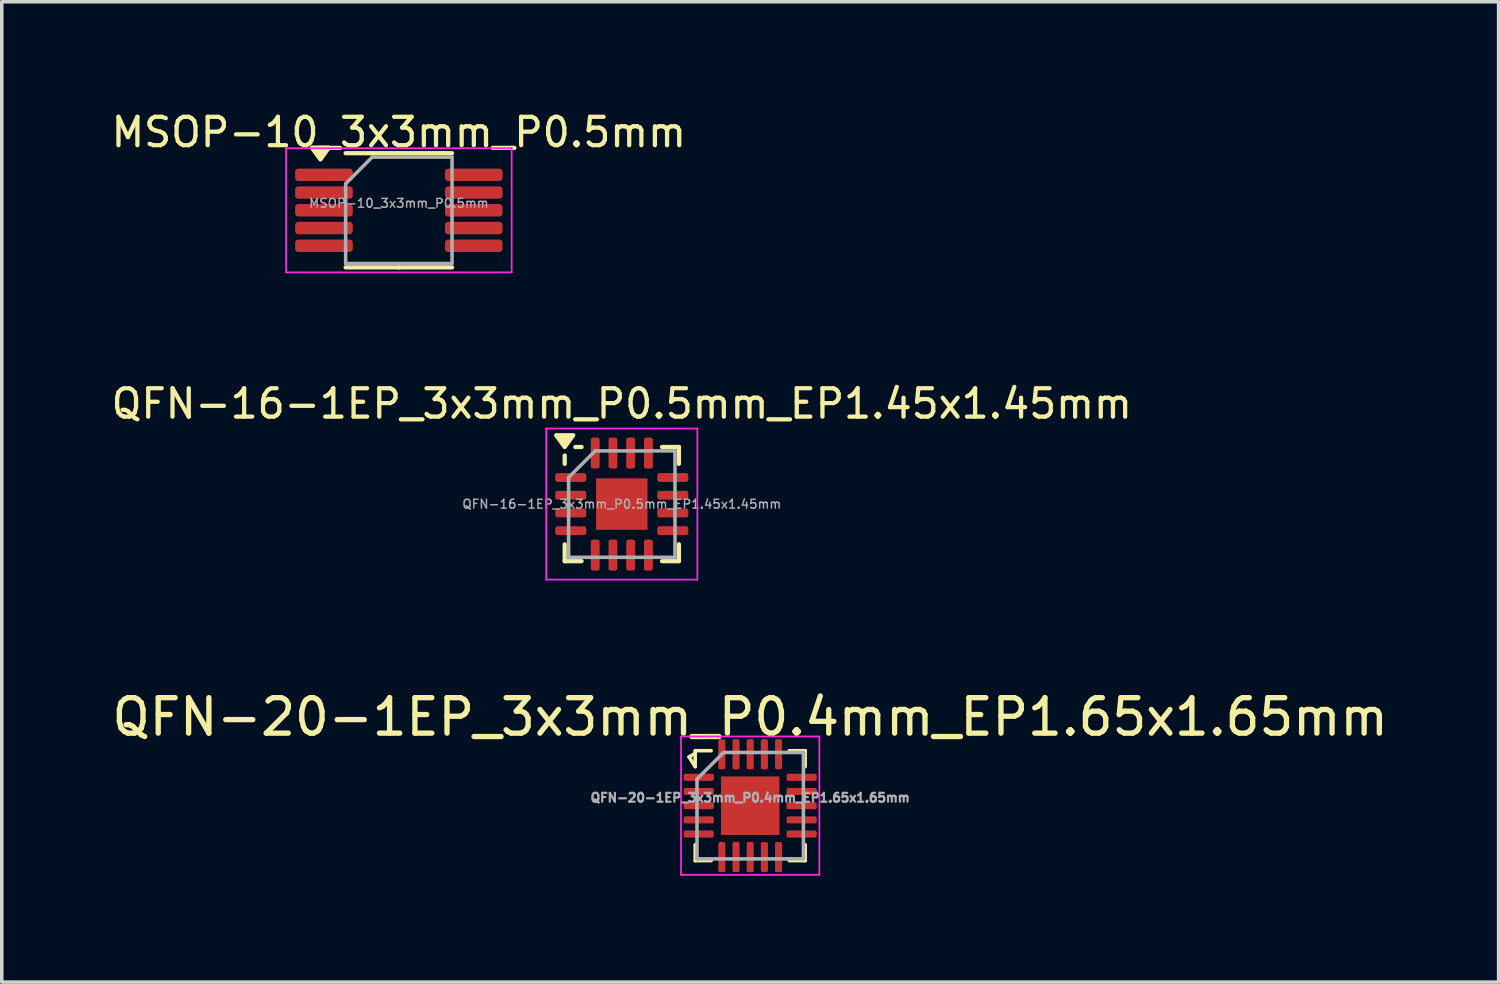
<source format=kicad_pcb>
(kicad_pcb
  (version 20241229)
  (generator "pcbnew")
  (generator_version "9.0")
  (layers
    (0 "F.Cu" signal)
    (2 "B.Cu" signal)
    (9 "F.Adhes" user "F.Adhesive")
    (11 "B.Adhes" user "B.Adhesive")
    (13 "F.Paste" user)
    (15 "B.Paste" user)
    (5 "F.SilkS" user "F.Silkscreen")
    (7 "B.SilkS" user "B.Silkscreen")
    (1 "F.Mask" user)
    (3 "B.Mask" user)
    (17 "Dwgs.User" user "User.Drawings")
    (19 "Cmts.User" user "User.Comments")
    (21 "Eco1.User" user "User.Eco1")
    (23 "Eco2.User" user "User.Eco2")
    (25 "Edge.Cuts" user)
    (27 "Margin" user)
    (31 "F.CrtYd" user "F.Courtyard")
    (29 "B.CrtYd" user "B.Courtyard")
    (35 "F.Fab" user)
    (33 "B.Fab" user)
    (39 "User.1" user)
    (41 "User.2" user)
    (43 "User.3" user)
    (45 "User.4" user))
  (footprint "QFN-20-1EP_3x3mm_P0.4mm_EP1.65x1.65mm"
    (layer "F.Cu")
    (at 18.101 19.665)
    (property "Reference" "QFN-20-1EP_3x3mm_P0.4mm_EP1.65x1.65mm" (at 0 -2.5 0) (layer "F.SilkS") (effects (font (size 1 1) (thickness 0.15))))
    (attr smd)
    (fp_line (start -1.725 -1.375) (end -1.55 -1.475) (stroke (width 0.1) (type solid)) (layer "F.SilkS"))
    (fp_line (start -1.55 -1.55) (end -1.1 -1.55) (stroke (width 0.1) (type solid)) (layer "F.SilkS"))
    (fp_line (start -1.55 -1.1) (end -1.725 -1.375) (stroke (width 0.1) (type solid)) (layer "F.SilkS"))
    (fp_line (start -1.55 -1.1) (end -1.55 -1.55) (stroke (width 0.1) (type solid)) (layer "F.SilkS"))
    (fp_line (start -1.55 1.55) (end -1.55 1.1) (stroke (width 0.1) (type solid)) (layer "F.SilkS"))
    (fp_line (start -1.1 1.55) (end -1.55 1.55) (stroke (width 0.1) (type solid)) (layer "F.SilkS"))
    (fp_line (start 1.1 -1.55) (end 1.55 -1.55) (stroke (width 0.1) (type solid)) (layer "F.SilkS"))
    (fp_line (start 1.1 1.55) (end 1.55 1.55) (stroke (width 0.1) (type solid)) (layer "F.SilkS"))
    (fp_line (start 1.55 -1.55) (end 1.55 -1.1) (stroke (width 0.1) (type solid)) (layer "F.SilkS"))
    (fp_line (start 1.55 1.55) (end 1.55 1.1) (stroke (width 0.1) (type solid)) (layer "F.SilkS"))
    (fp_line (start -1.95 -1.95) (end -1.95 1.95) (stroke (width 0.05) (type solid)) (layer "F.CrtYd"))
    (fp_line (start -1.95 1.95) (end 1.95 1.95) (stroke (width 0.05) (type solid)) (layer "F.CrtYd"))
    (fp_line (start 1.95 -1.95) (end -1.95 -1.95) (stroke (width 0.05) (type solid)) (layer "F.CrtYd"))
    (fp_line (start 1.95 1.95) (end 1.95 -1.95) (stroke (width 0.05) (type solid)) (layer "F.CrtYd"))
    (fp_line (start -1.5 -0.75) (end -0.75 -1.5) (stroke (width 0.1) (type solid)) (layer "F.Fab"))
    (fp_line (start -1.5 1.5) (end -1.5 -0.75) (stroke (width 0.1) (type solid)) (layer "F.Fab"))
    (fp_line (start -0.75 -1.5) (end 1.5 -1.5) (stroke (width 0.1) (type solid)) (layer "F.Fab"))
    (fp_line (start 1.5 -1.5) (end 1.5 1.5) (stroke (width 0.1) (type solid)) (layer "F.Fab"))
    (fp_line (start 1.5 1.5) (end -1.5 1.5) (stroke (width 0.1) (type solid)) (layer "F.Fab"))
    (fp_text user "${REFERENCE}" (at 0 -0.225 0) (layer "F.Fab") (effects (font (size 0.25 0.25) (thickness 0.062))))
    (pad "" smd roundrect (at -0.41 -0.41) (size 0.67 0.67) (layers "F.Paste") (roundrect_rratio 0.25))
    (pad "" smd roundrect (at -0.41 0.41) (size 0.67 0.67) (layers "F.Paste") (roundrect_rratio 0.25))
    (pad "" smd roundrect (at 0.41 -0.41) (size 0.67 0.67) (layers "F.Paste") (roundrect_rratio 0.25))
    (pad "" smd roundrect (at 0.41 0.41) (size 0.67 0.67) (layers "F.Paste") (roundrect_rratio 0.25))
    (pad "1" smd roundrect (at -1.45 -0.8) (size 0.85 0.2) (layers "F.Cu" "F.Mask" "F.Paste") (roundrect_rratio 0.25))
    (pad "2" smd roundrect (at -1.45 -0.4) (size 0.85 0.2) (layers "F.Cu" "F.Mask" "F.Paste") (roundrect_rratio 0.25))
    (pad "3" smd roundrect (at -1.45 0) (size 0.85 0.2) (layers "F.Cu" "F.Mask" "F.Paste") (roundrect_rratio 0.25))
    (pad "4" smd roundrect (at -1.45 0.4) (size 0.85 0.2) (layers "F.Cu" "F.Mask" "F.Paste") (roundrect_rratio 0.25))
    (pad "5" smd roundrect (at -1.45 0.8) (size 0.85 0.2) (layers "F.Cu" "F.Mask" "F.Paste") (roundrect_rratio 0.25))
    (pad "6" smd roundrect (at -0.8 1.45) (size 0.2 0.85) (layers "F.Cu" "F.Mask" "F.Paste") (roundrect_rratio 0.25))
    (pad "7" smd roundrect (at -0.4 1.45) (size 0.2 0.85) (layers "F.Cu" "F.Mask" "F.Paste") (roundrect_rratio 0.25))
    (pad "8" smd roundrect (at 0 1.45) (size 0.2 0.85) (layers "F.Cu" "F.Mask" "F.Paste") (roundrect_rratio 0.25))
    (pad "9" smd roundrect (at 0.4 1.45) (size 0.2 0.85) (layers "F.Cu" "F.Mask" "F.Paste") (roundrect_rratio 0.25))
    (pad "10" smd roundrect (at 0.8 1.45) (size 0.2 0.85) (layers "F.Cu" "F.Mask" "F.Paste") (roundrect_rratio 0.25))
    (pad "11" smd roundrect (at 1.45 0.8) (size 0.85 0.2) (layers "F.Cu" "F.Mask" "F.Paste") (roundrect_rratio 0.25))
    (pad "12" smd roundrect (at 1.45 0.4) (size 0.85 0.2) (layers "F.Cu" "F.Mask" "F.Paste") (roundrect_rratio 0.25))
    (pad "13" smd roundrect (at 1.45 0) (size 0.85 0.2) (layers "F.Cu" "F.Mask" "F.Paste") (roundrect_rratio 0.25))
    (pad "14" smd roundrect (at 1.45 -0.4) (size 0.85 0.2) (layers "F.Cu" "F.Mask" "F.Paste") (roundrect_rratio 0.25))
    (pad "15" smd roundrect (at 1.45 -0.8) (size 0.85 0.2) (layers "F.Cu" "F.Mask" "F.Paste") (roundrect_rratio 0.25))
    (pad "16" smd roundrect (at 0.8 -1.45) (size 0.2 0.85) (layers "F.Cu" "F.Mask" "F.Paste") (roundrect_rratio 0.25))
    (pad "17" smd roundrect (at 0.4 -1.45) (size 0.2 0.85) (layers "F.Cu" "F.Mask" "F.Paste") (roundrect_rratio 0.25))
    (pad "18" smd roundrect (at 0 -1.45) (size 0.2 0.85) (layers "F.Cu" "F.Mask" "F.Paste") (roundrect_rratio 0.25))
    (pad "19" smd roundrect (at -0.4 -1.45) (size 0.2 0.85) (layers "F.Cu" "F.Mask" "F.Paste") (roundrect_rratio 0.25))
    (pad "20" smd roundrect (at -0.8 -1.45) (size 0.2 0.85) (layers "F.Cu" "F.Mask" "F.Paste") (roundrect_rratio 0.25))
    (pad "21" smd rect (at 0 0) (size 1.65 1.65) (layers "F.Cu" "F.Mask")))
  (footprint "MSOP-10_3x3mm_P0.5mm"
    (layer "F.Cu")
    (at 8.195 2.879)
    (property "Reference" "MSOP-10_3x3mm_P0.5mm" (at 0 -2.2 0) (layer "F.SilkS") (effects (font (size 0.8 0.8) (thickness 0.12))))
    (attr smd)
    (fp_line (start 0 -1.61) (end -1.5 -1.61) (stroke (width 0.12) (type solid)) (layer "F.SilkS"))
    (fp_line (start 0 -1.61) (end 1.5 -1.61) (stroke (width 0.12) (type solid)) (layer "F.SilkS"))
    (fp_line (start 0 1.61) (end -1.5 1.61) (stroke (width 0.12) (type solid)) (layer "F.SilkS"))
    (fp_line (start 0 1.61) (end 1.5 1.61) (stroke (width 0.12) (type solid)) (layer "F.SilkS"))
    (fp_poly (pts (xy -2.212 -1.435) (xy -2.453 -1.765) (xy -1.972 -1.765) (xy -2.212 -1.435)) (stroke (width 0.12) (type solid)) (fill yes) (layer "F.SilkS"))
    (fp_line (start -3.18 -1.75) (end -3.18 1.75) (stroke (width 0.05) (type solid)) (layer "F.CrtYd"))
    (fp_line (start -3.18 1.75) (end 3.18 1.75) (stroke (width 0.05) (type solid)) (layer "F.CrtYd"))
    (fp_line (start 3.18 -1.75) (end -3.18 -1.75) (stroke (width 0.05) (type solid)) (layer "F.CrtYd"))
    (fp_line (start 3.18 1.75) (end 3.18 -1.75) (stroke (width 0.05) (type solid)) (layer "F.CrtYd"))
    (fp_line (start -1.5 -0.75) (end -0.75 -1.5) (stroke (width 0.1) (type solid)) (layer "F.Fab"))
    (fp_line (start -1.5 1.5) (end -1.5 -0.75) (stroke (width 0.1) (type solid)) (layer "F.Fab"))
    (fp_line (start -0.75 -1.5) (end 1.5 -1.5) (stroke (width 0.1) (type solid)) (layer "F.Fab"))
    (fp_line (start 1.5 -1.5) (end 1.5 1.5) (stroke (width 0.1) (type solid)) (layer "F.Fab"))
    (fp_line (start 1.5 1.5) (end -1.5 1.5) (stroke (width 0.1) (type solid)) (layer "F.Fab"))
    (fp_text user "${REFERENCE}" (at 0 -0.2 0) (layer "F.Fab") (effects (font (size 0.25 0.25) (thickness 0.04))))
    (pad "1" smd roundrect (at -2.112 -1) (size 1.625 0.35) (layers "F.Cu" "F.Mask" "F.Paste") (roundrect_rratio 0.25))
    (pad "2" smd roundrect (at -2.112 -0.5) (size 1.625 0.35) (layers "F.Cu" "F.Mask" "F.Paste") (roundrect_rratio 0.25))
    (pad "3" smd roundrect (at -2.112 0) (size 1.625 0.35) (layers "F.Cu" "F.Mask" "F.Paste") (roundrect_rratio 0.25))
    (pad "4" smd roundrect (at -2.112 0.5) (size 1.625 0.35) (layers "F.Cu" "F.Mask" "F.Paste") (roundrect_rratio 0.25))
    (pad "5" smd roundrect (at -2.112 1) (size 1.625 0.35) (layers "F.Cu" "F.Mask" "F.Paste") (roundrect_rratio 0.25))
    (pad "6" smd roundrect (at 2.112 1) (size 1.625 0.35) (layers "F.Cu" "F.Mask" "F.Paste") (roundrect_rratio 0.25))
    (pad "7" smd roundrect (at 2.112 0.5) (size 1.625 0.35) (layers "F.Cu" "F.Mask" "F.Paste") (roundrect_rratio 0.25))
    (pad "8" smd roundrect (at 2.112 0) (size 1.625 0.35) (layers "F.Cu" "F.Mask" "F.Paste") (roundrect_rratio 0.25))
    (pad "9" smd roundrect (at 2.112 -0.5) (size 1.625 0.35) (layers "F.Cu" "F.Mask" "F.Paste") (roundrect_rratio 0.25))
    (pad "10" smd roundrect (at 2.112 -1) (size 1.625 0.35) (layers "F.Cu" "F.Mask" "F.Paste") (roundrect_rratio 0.25)))
  (footprint "QFN-16-1EP_3x3mm_P0.5mm_EP1.45x1.45mm"
    (layer "F.Cu")
    (at 14.481 11.162)
    (property "Reference" "QFN-16-1EP_3x3mm_P0.5mm_EP1.45x1.45mm" (at 0 -2.83 0) (layer "F.SilkS") (effects (font (size 0.8 0.8) (thickness 0.12))))
    (attr smd)
    (fp_line (start -1.61 -1.135) (end -1.61 -1.37) (stroke (width 0.12) (type solid)) (layer "F.SilkS"))
    (fp_line (start -1.61 1.61) (end -1.61 1.135) (stroke (width 0.12) (type solid)) (layer "F.SilkS"))
    (fp_line (start -1.135 -1.61) (end -1.31 -1.61) (stroke (width 0.12) (type solid)) (layer "F.SilkS"))
    (fp_line (start -1.135 1.61) (end -1.61 1.61) (stroke (width 0.12) (type solid)) (layer "F.SilkS"))
    (fp_line (start 1.135 -1.61) (end 1.61 -1.61) (stroke (width 0.12) (type solid)) (layer "F.SilkS"))
    (fp_line (start 1.135 1.61) (end 1.61 1.61) (stroke (width 0.12) (type solid)) (layer "F.SilkS"))
    (fp_line (start 1.61 -1.61) (end 1.61 -1.135) (stroke (width 0.12) (type solid)) (layer "F.SilkS"))
    (fp_line (start 1.61 1.61) (end 1.61 1.135) (stroke (width 0.12) (type solid)) (layer "F.SilkS"))
    (fp_poly (pts (xy -1.61 -1.61) (xy -1.85 -1.94) (xy -1.37 -1.94) (xy -1.61 -1.61)) (stroke (width 0.12) (type solid)) (fill yes) (layer "F.SilkS"))
    (fp_line (start -2.13 -2.13) (end -2.13 2.13) (stroke (width 0.05) (type solid)) (layer "F.CrtYd"))
    (fp_line (start -2.13 2.13) (end 2.13 2.13) (stroke (width 0.05) (type solid)) (layer "F.CrtYd"))
    (fp_line (start 2.13 -2.13) (end -2.13 -2.13) (stroke (width 0.05) (type solid)) (layer "F.CrtYd"))
    (fp_line (start 2.13 2.13) (end 2.13 -2.13) (stroke (width 0.05) (type solid)) (layer "F.CrtYd"))
    (fp_line (start -1.5 -0.75) (end -0.75 -1.5) (stroke (width 0.1) (type solid)) (layer "F.Fab"))
    (fp_line (start -1.5 1.5) (end -1.5 -0.75) (stroke (width 0.1) (type solid)) (layer "F.Fab"))
    (fp_line (start -0.75 -1.5) (end 1.5 -1.5) (stroke (width 0.1) (type solid)) (layer "F.Fab"))
    (fp_line (start 1.5 -1.5) (end 1.5 1.5) (stroke (width 0.1) (type solid)) (layer "F.Fab"))
    (fp_line (start 1.5 1.5) (end -1.5 1.5) (stroke (width 0.1) (type solid)) (layer "F.Fab"))
    (fp_text user "${REFERENCE}" (at 0 0 0) (layer "F.Fab") (effects (font (size 0.25 0.25) (thickness 0.04))))
    (pad "" smd roundrect (at -0.36 -0.36) (size 0.58 0.58) (layers "F.Paste") (roundrect_rratio 0.25))
    (pad "" smd roundrect (at -0.36 0.36) (size 0.58 0.58) (layers "F.Paste") (roundrect_rratio 0.25))
    (pad "" smd roundrect (at 0.36 -0.36) (size 0.58 0.58) (layers "F.Paste") (roundrect_rratio 0.25))
    (pad "" smd roundrect (at 0.36 0.36) (size 0.58 0.58) (layers "F.Paste") (roundrect_rratio 0.25))
    (pad "1" smd roundrect (at -1.438 -0.75) (size 0.875 0.25) (layers "F.Cu" "F.Mask" "F.Paste") (roundrect_rratio 0.25))
    (pad "2" smd roundrect (at -1.438 -0.25) (size 0.875 0.25) (layers "F.Cu" "F.Mask" "F.Paste") (roundrect_rratio 0.25))
    (pad "3" smd roundrect (at -1.438 0.25) (size 0.875 0.25) (layers "F.Cu" "F.Mask" "F.Paste") (roundrect_rratio 0.25))
    (pad "4" smd roundrect (at -1.438 0.75) (size 0.875 0.25) (layers "F.Cu" "F.Mask" "F.Paste") (roundrect_rratio 0.25))
    (pad "5" smd roundrect (at -0.75 1.438) (size 0.25 0.875) (layers "F.Cu" "F.Mask" "F.Paste") (roundrect_rratio 0.25))
    (pad "6" smd roundrect (at -0.25 1.438) (size 0.25 0.875) (layers "F.Cu" "F.Mask" "F.Paste") (roundrect_rratio 0.25))
    (pad "7" smd roundrect (at 0.25 1.438) (size 0.25 0.875) (layers "F.Cu" "F.Mask" "F.Paste") (roundrect_rratio 0.25))
    (pad "8" smd roundrect (at 0.75 1.438) (size 0.25 0.875) (layers "F.Cu" "F.Mask" "F.Paste") (roundrect_rratio 0.25))
    (pad "9" smd roundrect (at 1.438 0.75) (size 0.875 0.25) (layers "F.Cu" "F.Mask" "F.Paste") (roundrect_rratio 0.25))
    (pad "10" smd roundrect (at 1.438 0.25) (size 0.875 0.25) (layers "F.Cu" "F.Mask" "F.Paste") (roundrect_rratio 0.25))
    (pad "11" smd roundrect (at 1.438 -0.25) (size 0.875 0.25) (layers "F.Cu" "F.Mask" "F.Paste") (roundrect_rratio 0.25))
    (pad "12" smd roundrect (at 1.438 -0.75) (size 0.875 0.25) (layers "F.Cu" "F.Mask" "F.Paste") (roundrect_rratio 0.25))
    (pad "13" smd roundrect (at 0.75 -1.438) (size 0.25 0.875) (layers "F.Cu" "F.Mask" "F.Paste") (roundrect_rratio 0.25))
    (pad "14" smd roundrect (at 0.25 -1.438) (size 0.25 0.875) (layers "F.Cu" "F.Mask" "F.Paste") (roundrect_rratio 0.25))
    (pad "15" smd roundrect (at -0.25 -1.438) (size 0.25 0.875) (layers "F.Cu" "F.Mask" "F.Paste") (roundrect_rratio 0.25))
    (pad "16" smd roundrect (at -0.75 -1.438) (size 0.25 0.875) (layers "F.Cu" "F.Mask" "F.Paste") (roundrect_rratio 0.25))
    (pad "17" smd rect (at 0 0) (size 1.45 1.45) (property pad_prop_heatsink) (layers "F.Cu" "F.Mask")))
  (gr_rect
    (start -3 -3)
    (end 39.202 24.64)
    (stroke (width 0.1) (type default))
    (fill no)
    (layer "Edge.Cuts")))
</source>
